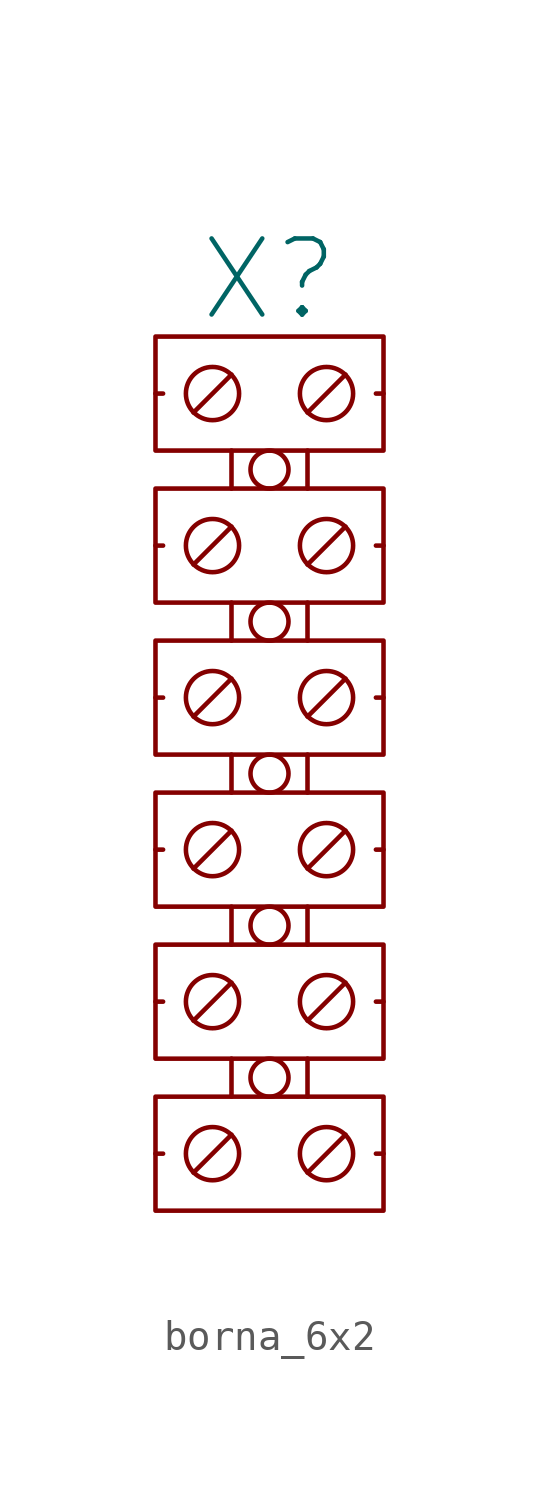
<source format=kicad_sym>
(kicad_symbol_lib
  (version 20231120)
  (generator "kicad_symbol_editor")
  (generator_version "8.0")
  (symbol "borna_6x2"
    (pin_names
      (offset 1.016))
    (property "Reference" "X"
      (at 3.81 3.81 0)
      (effects (font (size 2.54 2.54))))
    (symbol "borna_6x2_0_1"
      (rectangle (start 0 -23.495) (end 7.62 -27.305) (stroke (width 0) (type default)) (fill (type none)))
      (rectangle (start 0 -18.415) (end 7.62 -22.225) (stroke (width 0) (type default)) (fill (type none)))
      (rectangle (start 0 -13.335) (end 7.62 -17.145) (stroke (width 0) (type default)) (fill (type none)))
      (rectangle (start 0 -8.255) (end 7.62 -12.065) (stroke (width 0) (type default)) (fill (type none)))
      (rectangle (start 0 -3.175) (end 7.62 -6.985) (stroke (width 0) (type default)) (fill (type none)))
      (polyline (pts (xy 1.27 -26.035) (xy 2.54 -24.765)) (stroke (width 0) (type default)) (fill (type none)))
      (polyline (pts (xy 1.27 -20.955) (xy 2.54 -19.685)) (stroke (width 0) (type default)) (fill (type none)))
      (polyline (pts (xy 1.27 -15.875) (xy 2.54 -14.605)) (stroke (width 0) (type default)) (fill (type none)))
      (polyline (pts (xy 1.27 -10.795) (xy 2.54 -9.525)) (stroke (width 0) (type default)) (fill (type none)))
      (polyline (pts (xy 1.27 -5.715) (xy 2.54 -4.445)) (stroke (width 0) (type default)) (fill (type none)))
      (polyline (pts (xy 1.27 -0.635) (xy 2.54 0.635)) (stroke (width 0) (type default)) (fill (type none)))
      (polyline (pts (xy 2.54 -23.495) (xy 2.54 -22.225)) (stroke (width 0) (type default)) (fill (type none)))
      (polyline (pts (xy 2.54 -18.415) (xy 2.54 -17.145)) (stroke (width 0) (type default)) (fill (type none)))
      (polyline (pts (xy 2.54 -13.335) (xy 2.54 -12.065)) (stroke (width 0) (type default)) (fill (type none)))
      (polyline (pts (xy 2.54 -8.255) (xy 2.54 -6.985)) (stroke (width 0) (type default)) (fill (type none)))
      (polyline (pts (xy 2.54 -3.175) (xy 2.54 -1.905)) (stroke (width 0) (type default)) (fill (type none)))
      (polyline (pts (xy 5.08 -26.035) (xy 6.35 -24.765)) (stroke (width 0) (type default)) (fill (type none)))
      (polyline (pts (xy 5.08 -23.495) (xy 5.08 -22.225)) (stroke (width 0) (type default)) (fill (type none)))
      (polyline (pts (xy 5.08 -20.955) (xy 6.35 -19.685)) (stroke (width 0) (type default)) (fill (type none)))
      (polyline (pts (xy 5.08 -18.415) (xy 5.08 -17.145)) (stroke (width 0) (type default)) (fill (type none)))
      (polyline (pts (xy 5.08 -15.875) (xy 6.35 -14.605)) (stroke (width 0) (type default)) (fill (type none)))
      (polyline (pts (xy 5.08 -13.335) (xy 5.08 -12.065)) (stroke (width 0) (type default)) (fill (type none)))
      (polyline (pts (xy 5.08 -10.795) (xy 6.35 -9.525)) (stroke (width 0) (type default)) (fill (type none)))
      (polyline (pts (xy 5.08 -8.255) (xy 5.08 -6.985)) (stroke (width 0) (type default)) (fill (type none)))
      (polyline (pts (xy 5.08 -5.715) (xy 6.35 -4.445)) (stroke (width 0) (type default)) (fill (type none)))
      (polyline (pts (xy 5.08 -3.175) (xy 5.08 -1.905)) (stroke (width 0) (type default)) (fill (type none)))
      (polyline (pts (xy 5.08 -0.635) (xy 6.35 0.635)) (stroke (width 0) (type default)) (fill (type none)))
      (rectangle (start 0 1.905) (end 7.62 -1.905) (stroke (width 0) (type default)) (fill (type none)))
      (circle (center 1.905 -25.4) (radius 0.889) (stroke (width 0) (type default)) (fill (type none)))
      (circle (center 1.905 -20.32) (radius 0.889) (stroke (width 0) (type default)) (fill (type none)))
      (circle (center 1.905 -15.24) (radius 0.889) (stroke (width 0) (type default)) (fill (type none)))
      (circle (center 1.905 -10.16) (radius 0.889) (stroke (width 0) (type default)) (fill (type none)))
      (circle (center 1.905 -5.08) (radius 0.889) (stroke (width 0) (type default)) (fill (type none)))
      (circle (center 1.905 0) (radius 0.889) (stroke (width 0) (type default)) (fill (type none)))
      (circle (center 3.81 -22.86) (radius 0.635) (stroke (width 0) (type default)) (fill (type none)))
      (circle (center 3.81 -17.78) (radius 0.635) (stroke (width 0) (type default)) (fill (type none)))
      (circle (center 3.81 -12.7) (radius 0.635) (stroke (width 0) (type default)) (fill (type none)))
      (circle (center 3.81 -7.62) (radius 0.635) (stroke (width 0) (type default)) (fill (type none)))
      (circle (center 3.81 -2.54) (radius 0.635) (stroke (width 0) (type default)) (fill (type none)))
      (circle (center 5.715 -25.4) (radius 0.889) (stroke (width 0) (type default)) (fill (type none)))
      (circle (center 5.715 -20.32) (radius 0.889) (stroke (width 0) (type default)) (fill (type none)))
      (circle (center 5.715 -15.24) (radius 0.889) (stroke (width 0) (type default)) (fill (type none)))
      (circle (center 5.715 -10.16) (radius 0.889) (stroke (width 0) (type default)) (fill (type none)))
      (circle (center 5.715 -5.08) (radius 0.889) (stroke (width 0) (type default)) (fill (type none)))
      (circle (center 5.715 0) (radius 0.889) (stroke (width 0) (type default)) (fill (type none))))
    (symbol "borna_6x2_1_1"
      (pin input line (at 0 -25.4 0) (length 0.254) (name "" (effects (font (size 1.27 1.27)))) (number "" (effects (font (size 1.143 1.143)))))
      (pin input line (at 0 -20.32 0) (length 0.254) (name "" (effects (font (size 1.27 1.27)))) (number "" (effects (font (size 1.143 1.143)))))
      (pin input line (at 0 -15.24 0) (length 0.254) (name "" (effects (font (size 1.27 1.27)))) (number "" (effects (font (size 1.143 1.143)))))
      (pin input line (at 0 -10.16 0) (length 0.254) (name "" (effects (font (size 1.27 1.27)))) (number "" (effects (font (size 1.143 1.143)))))
      (pin input line (at 0 -5.08 0) (length 0.254) (name "" (effects (font (size 1.27 1.27)))) (number "" (effects (font (size 1.143 1.143)))))
      (pin input line (at 0 0 0) (length 0.254) (name "" (effects (font (size 1.27 1.27)))) (number "" (effects (font (size 1.143 1.143)))))
      (pin input line (at 7.62 -25.4 180) (length 0.254) (name "" (effects (font (size 1.27 1.27)))) (number "" (effects (font (size 1.143 1.143)))))
      (pin input line (at 7.62 -20.32 180) (length 0.254) (name "" (effects (font (size 1.27 1.27)))) (number "" (effects (font (size 1.143 1.143)))))
      (pin input line (at 7.62 -15.24 180) (length 0.254) (name "" (effects (font (size 1.27 1.27)))) (number "" (effects (font (size 1.143 1.143)))))
      (pin input line (at 7.62 -10.16 180) (length 0.254) (name "" (effects (font (size 1.27 1.27)))) (number "" (effects (font (size 1.143 1.143)))))
      (pin input line (at 7.62 -5.08 180) (length 0.254) (name "" (effects (font (size 1.27 1.27)))) (number "" (effects (font (size 1.143 1.143)))))
      (pin input line (at 7.62 0 180) (length 0.254) (name "" (effects (font (size 1.27 1.27)))) (number "" (effects (font (size 1.143 1.143))))))))
</source>
